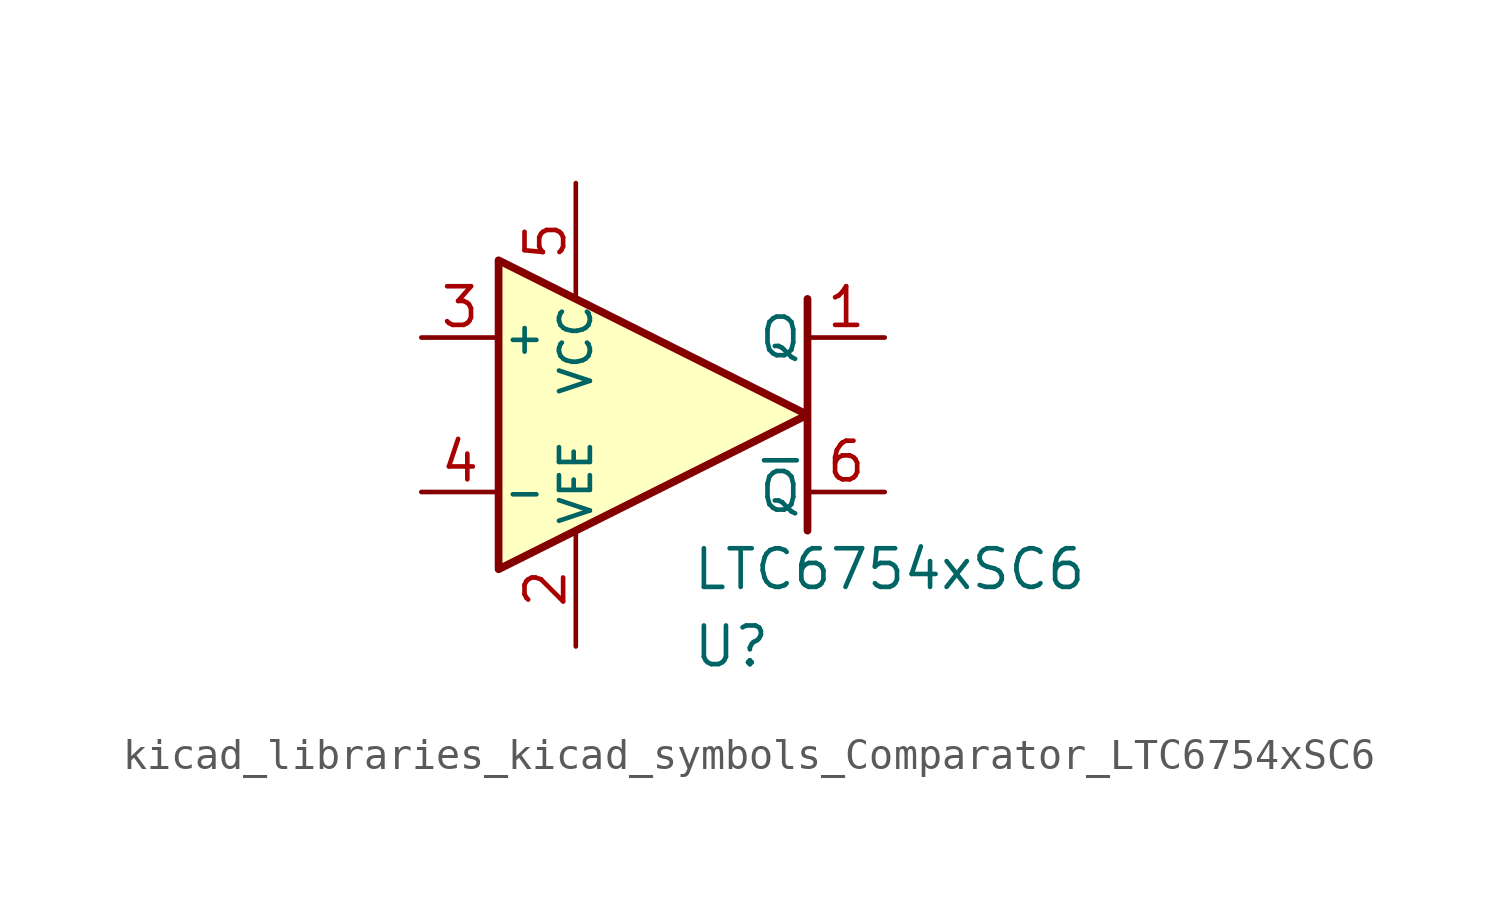
<source format=kicad_sym>
(kicad_symbol_lib
  (version 20220914)
  (generator kicad_symbol_editor)
  (symbol "kicad_libraries_kicad_symbols_Comparator_LTC6754xSC6"
    (pin_names
      (offset 0.127))
    (property "Reference" "U"
      (at 1.27 -7.62 0)
      (effects (font (size 1.27 1.27)) (justify left)))
    (property "Value" "LTC6754xSC6"
      (at 1.27 -5.08 0)
      (effects (font (size 1.27 1.27)) (justify left)))
    (symbol "kicad_libraries_kicad_symbols_Comparator_LTC6754xSC6_0_1"
      (polyline (pts (xy 5.08 3.81) (xy 5.08 0) (xy -5.08 5.08) (xy -5.08 -5.08) (xy 5.08 0) (xy 5.08 -3.81)) (stroke (width 0.254) (type default)) (fill (type background))))
    (symbol "kicad_libraries_kicad_symbols_Comparator_LTC6754xSC6_1_1"
      (pin output line (at 7.62 2.54 180) (length 2.54) (name "Q" (effects (font (size 1.27 1.27)))) (number "1" (effects (font (size 1.27 1.27)))))
      (pin power_in line (at -2.54 -7.62 90) (length 3.81) (name "VEE" (effects (font (size 1.016 1.016)))) (number "2" (effects (font (size 1.27 1.27)))))
      (pin input line (at -7.62 2.54 0) (length 2.54) (name "+" (effects (font (size 1.016 1.016)))) (number "3" (effects (font (size 1.27 1.27)))))
      (pin input line (at -7.62 -2.54 0) (length 2.54) (name "-" (effects (font (size 1.016 1.016)))) (number "4" (effects (font (size 1.27 1.27)))))
      (pin power_in line (at -2.54 7.62 270) (length 3.81) (name "VCC" (effects (font (size 1.016 1.016)))) (number "5" (effects (font (size 1.27 1.27)))))
      (pin output line (at 7.62 -2.54 180) (length 2.54) (name "~{Q}" (effects (font (size 1.27 1.27)))) (number "6" (effects (font (size 1.27 1.27))))))))
</source>
